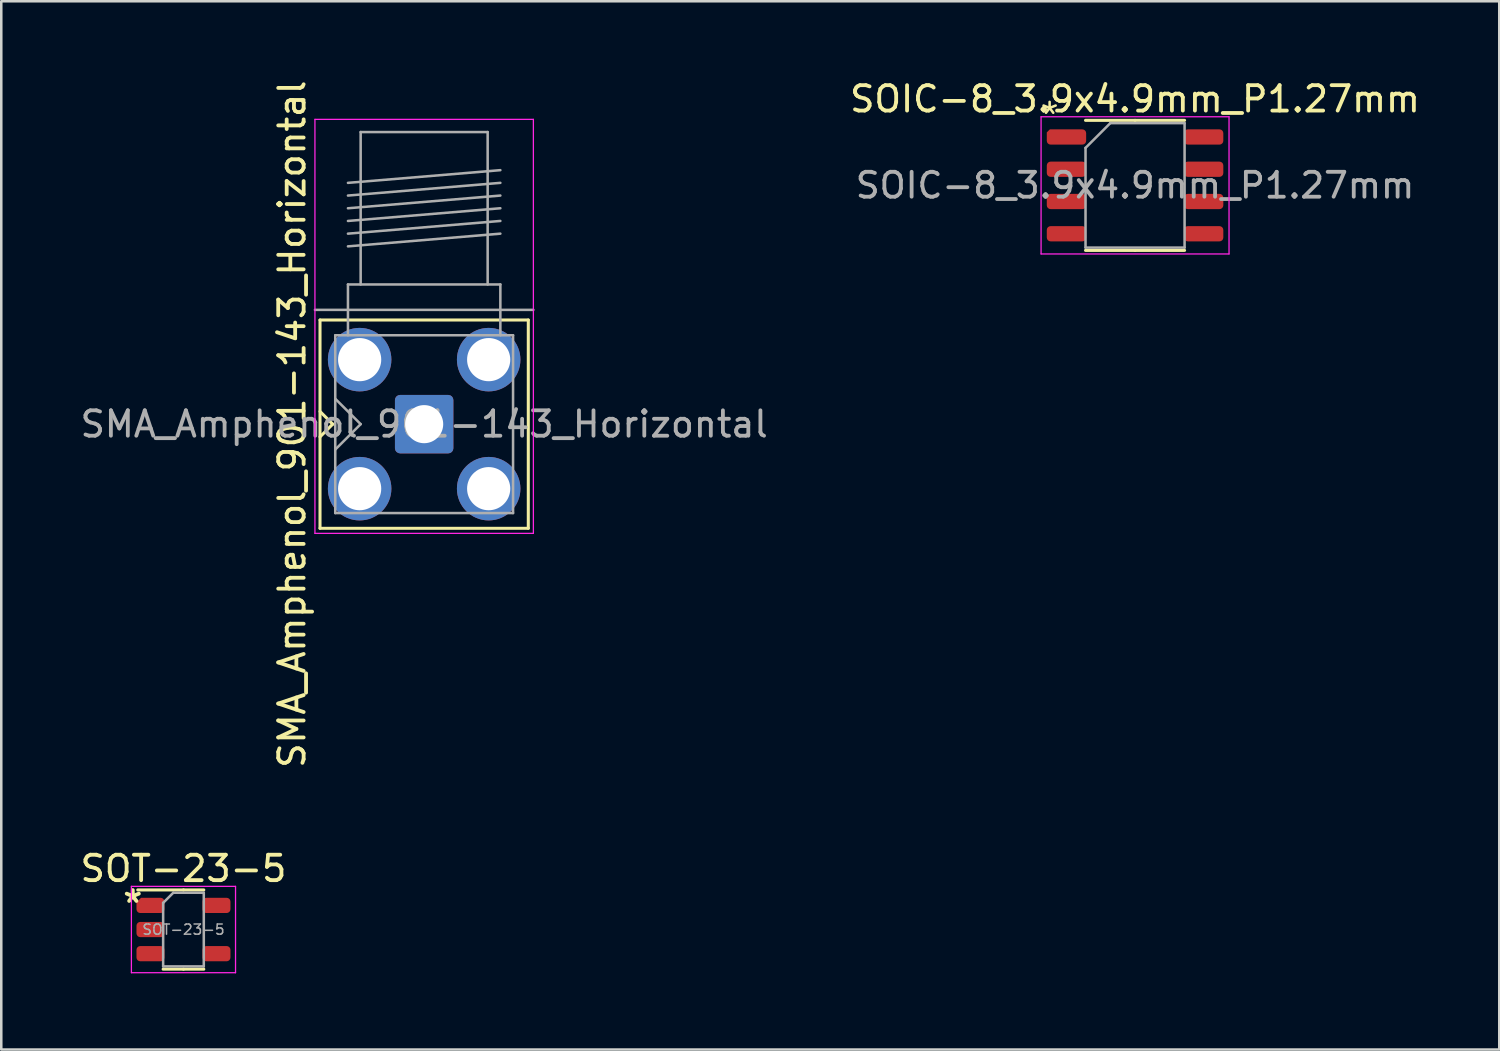
<source format=kicad_pcb>
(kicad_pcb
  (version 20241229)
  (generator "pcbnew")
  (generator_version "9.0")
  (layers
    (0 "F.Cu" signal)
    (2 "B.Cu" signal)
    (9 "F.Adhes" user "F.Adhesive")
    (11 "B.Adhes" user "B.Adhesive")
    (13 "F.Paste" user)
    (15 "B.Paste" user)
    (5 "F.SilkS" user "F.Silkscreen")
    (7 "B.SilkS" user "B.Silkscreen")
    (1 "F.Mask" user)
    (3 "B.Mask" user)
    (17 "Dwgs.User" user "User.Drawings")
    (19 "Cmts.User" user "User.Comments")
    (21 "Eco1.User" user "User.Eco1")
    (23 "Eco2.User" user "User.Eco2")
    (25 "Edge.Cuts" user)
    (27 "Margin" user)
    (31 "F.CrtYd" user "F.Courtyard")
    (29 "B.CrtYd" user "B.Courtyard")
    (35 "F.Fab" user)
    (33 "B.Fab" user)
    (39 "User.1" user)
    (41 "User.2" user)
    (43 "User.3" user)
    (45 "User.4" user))
  (footprint "SOIC-8_3.9x4.9mm_P1.27mm"
    (layer "F.Cu")
    (at 41.637 4.248)
    (property "Reference" "SOIC-8_3.9x4.9mm_P1.27mm" (at 0 -3.4 0) (layer "F.SilkS") (effects (font (size 1 1) (thickness 0.15))))
    (attr smd)
    (fp_line (start 0 -2.56) (end -1.95 -2.56) (stroke (width 0.12) (type solid)) (layer "F.SilkS"))
    (fp_line (start 0 -2.56) (end 1.95 -2.56) (stroke (width 0.12) (type solid)) (layer "F.SilkS"))
    (fp_line (start 0 2.56) (end -1.95 2.56) (stroke (width 0.12) (type solid)) (layer "F.SilkS"))
    (fp_line (start 0 2.56) (end 1.95 2.56) (stroke (width 0.12) (type solid)) (layer "F.SilkS"))
    (fp_line (start -3.7 -2.7) (end -3.7 2.7) (stroke (width 0.05) (type solid)) (layer "F.CrtYd"))
    (fp_line (start -3.7 2.7) (end 3.7 2.7) (stroke (width 0.05) (type solid)) (layer "F.CrtYd"))
    (fp_line (start 3.7 -2.7) (end -3.7 -2.7) (stroke (width 0.05) (type solid)) (layer "F.CrtYd"))
    (fp_line (start 3.7 2.7) (end 3.7 -2.7) (stroke (width 0.05) (type solid)) (layer "F.CrtYd"))
    (fp_line (start -1.95 -1.475) (end -0.975 -2.45) (stroke (width 0.1) (type solid)) (layer "F.Fab"))
    (fp_line (start -1.95 2.45) (end -1.95 -1.475) (stroke (width 0.1) (type solid)) (layer "F.Fab"))
    (fp_line (start -0.975 -2.45) (end 1.95 -2.45) (stroke (width 0.1) (type solid)) (layer "F.Fab"))
    (fp_line (start 1.95 -2.45) (end 1.95 2.45) (stroke (width 0.1) (type solid)) (layer "F.Fab"))
    (fp_line (start 1.95 2.45) (end -1.95 2.45) (stroke (width 0.1) (type solid)) (layer "F.Fab"))
    (fp_text user "*" (at -3.81 -2.159 0) (unlocked yes) (layer "F.SilkS") (effects (font (size 1 1) (thickness 0.1)) (justify left bottom)))
    (fp_text user "${REFERENCE}" (at 0 0 0) (layer "F.Fab") (effects (font (size 0.98 0.98) (thickness 0.15))))
    (pad "1" smd roundrect (at -2.7 -1.905) (size 1.55 0.6) (layers "F.Cu" "F.Mask" "F.Paste") (roundrect_rratio 0.25) (chamfer_ratio 0.2) (chamfer top_left))
    (pad "2" smd roundrect (at -2.7 -0.635) (size 1.55 0.6) (layers "F.Cu" "F.Mask" "F.Paste") (roundrect_rratio 0.25))
    (pad "3" smd roundrect (at -2.7 0.635) (size 1.55 0.6) (layers "F.Cu" "F.Mask" "F.Paste") (roundrect_rratio 0.25))
    (pad "4" smd roundrect (at -2.7 1.905) (size 1.55 0.6) (layers "F.Cu" "F.Mask" "F.Paste") (roundrect_rratio 0.25))
    (pad "5" smd roundrect (at 2.7 1.905) (size 1.55 0.6) (layers "F.Cu" "F.Mask" "F.Paste") (roundrect_rratio 0.25))
    (pad "6" smd roundrect (at 2.7 0.635) (size 1.55 0.6) (layers "F.Cu" "F.Mask" "F.Paste") (roundrect_rratio 0.25))
    (pad "7" smd roundrect (at 2.7 -0.635) (size 1.55 0.6) (layers "F.Cu" "F.Mask" "F.Paste") (roundrect_rratio 0.25))
    (pad "8" smd roundrect (at 2.7 -1.905) (size 1.55 0.6) (layers "F.Cu" "F.Mask" "F.Paste") (roundrect_rratio 0.25)))
  (footprint "SOT-23-5"
    (layer "F.Cu")
    (at 4.173 33.546)
    (property "Reference" "SOT-23-5" (at 0 -2.4 0) (layer "F.SilkS") (effects (font (size 1 1) (thickness 0.15))))
    (attr smd)
    (fp_line (start 0 -1.56) (end -1.8 -1.56) (stroke (width 0.12) (type solid)) (layer "F.SilkS"))
    (fp_line (start 0 -1.56) (end 0.8 -1.56) (stroke (width 0.12) (type solid)) (layer "F.SilkS"))
    (fp_line (start 0 1.56) (end -0.8 1.56) (stroke (width 0.12) (type solid)) (layer "F.SilkS"))
    (fp_line (start 0 1.56) (end 0.8 1.56) (stroke (width 0.12) (type solid)) (layer "F.SilkS"))
    (fp_line (start -2.05 -1.7) (end -2.05 1.7) (stroke (width 0.05) (type solid)) (layer "F.CrtYd"))
    (fp_line (start -2.05 1.7) (end 2.05 1.7) (stroke (width 0.05) (type solid)) (layer "F.CrtYd"))
    (fp_line (start 2.05 -1.7) (end -2.05 -1.7) (stroke (width 0.05) (type solid)) (layer "F.CrtYd"))
    (fp_line (start 2.05 1.7) (end 2.05 -1.7) (stroke (width 0.05) (type solid)) (layer "F.CrtYd"))
    (fp_line (start -0.8 -1.05) (end -0.4 -1.45) (stroke (width 0.1) (type solid)) (layer "F.Fab"))
    (fp_line (start -0.8 1.45) (end -0.8 -1.05) (stroke (width 0.1) (type solid)) (layer "F.Fab"))
    (fp_line (start -0.4 -1.45) (end 0.8 -1.45) (stroke (width 0.1) (type solid)) (layer "F.Fab"))
    (fp_line (start 0.8 -1.45) (end 0.8 1.45) (stroke (width 0.1) (type solid)) (layer "F.Fab"))
    (fp_line (start 0.8 1.45) (end -0.8 1.45) (stroke (width 0.1) (type solid)) (layer "F.Fab"))
    (fp_text user "*" (at -2.475 -0.425 0) (unlocked yes) (layer "F.SilkS") (effects (font (size 1 1) (thickness 0.15)) (justify left bottom)))
    (fp_text user "${REFERENCE}" (at 0 0 0) (layer "F.Fab") (effects (font (size 0.4 0.4) (thickness 0.06))))
    (pad "1" smd roundrect (at -1.3 -0.95) (size 1.1 0.6) (layers "F.Cu" "F.Mask" "F.Paste") (roundrect_rratio 0.25) (chamfer_ratio 0.3) (chamfer top_left))
    (pad "2" smd roundrect (at -1.3 0) (size 1.1 0.6) (layers "F.Cu" "F.Mask" "F.Paste") (roundrect_rratio 0.25))
    (pad "3" smd roundrect (at -1.3 0.95) (size 1.1 0.6) (layers "F.Cu" "F.Mask" "F.Paste") (roundrect_rratio 0.25))
    (pad "4" smd roundrect (at 1.3 0.95) (size 1.1 0.6) (layers "F.Cu" "F.Mask" "F.Paste") (roundrect_rratio 0.25))
    (pad "5" smd roundrect (at 1.3 -0.95) (size 1.1 0.6) (layers "F.Cu" "F.Mask" "F.Paste") (roundrect_rratio 0.25)))
  (footprint "SMA_Amphenol_901-143_Horizontal"
    (layer "F.Cu")
    (at 13.649 13.649)
    (property "Reference" "SMA_Amphenol_901-143_Horizontal" (at -5.2 0 90) (layer "F.SilkS") (effects (font (size 1 1) (thickness 0.15))))
    (attr through_hole)
    (fp_line (start -4.1 -4.1) (end -4.1 4.1) (stroke (width 0.12) (type solid)) (layer "F.SilkS"))
    (fp_line (start -4.1 -4.1) (end 4.1 -4.1) (stroke (width 0.12) (type solid)) (layer "F.SilkS"))
    (fp_line (start -4.1 0.5) (end -3.6 0) (stroke (width 0.12) (type solid)) (layer "F.SilkS"))
    (fp_line (start -4.1 4.1) (end 4.1 4.1) (stroke (width 0.12) (type solid)) (layer "F.SilkS"))
    (fp_line (start -3.6 0) (end -4.1 -0.5) (stroke (width 0.12) (type solid)) (layer "F.SilkS"))
    (fp_line (start 4.1 -4.1) (end 4.1 4.1) (stroke (width 0.12) (type solid)) (layer "F.SilkS"))
    (fp_line (start -4.3 -12) (end -4.3 4.3) (stroke (width 0.05) (type solid)) (layer "F.CrtYd"))
    (fp_line (start -4.3 -12) (end 4.3 -12) (stroke (width 0.05) (type solid)) (layer "F.CrtYd"))
    (fp_line (start 4.3 4.3) (end -4.3 4.3) (stroke (width 0.05) (type solid)) (layer "F.CrtYd"))
    (fp_line (start 4.3 4.3) (end 4.3 -12) (stroke (width 0.05) (type solid)) (layer "F.CrtYd"))
    (fp_line (start -3.5 -3.5) (end -3.5 3.5) (stroke (width 0.1) (type solid)) (layer "F.Fab"))
    (fp_line (start -3.5 -3.5) (end 3.5 -3.5) (stroke (width 0.1) (type solid)) (layer "F.Fab"))
    (fp_line (start -3.5 -1) (end -2.5 0) (stroke (width 0.1) (type solid)) (layer "F.Fab"))
    (fp_line (start -3.5 3.5) (end 3.5 3.5) (stroke (width 0.1) (type solid)) (layer "F.Fab"))
    (fp_line (start -3 -9.5) (end 3 -10) (stroke (width 0.1) (type solid)) (layer "F.Fab"))
    (fp_line (start -3 -9) (end 3 -9.5) (stroke (width 0.1) (type solid)) (layer "F.Fab"))
    (fp_line (start -3 -8.5) (end 3 -9) (stroke (width 0.1) (type solid)) (layer "F.Fab"))
    (fp_line (start -3 -8) (end 3 -8.5) (stroke (width 0.1) (type solid)) (layer "F.Fab"))
    (fp_line (start -3 -7.5) (end 3 -8) (stroke (width 0.1) (type solid)) (layer "F.Fab"))
    (fp_line (start -3 -7) (end 3 -7.5) (stroke (width 0.1) (type solid)) (layer "F.Fab"))
    (fp_line (start -3 -5.5) (end -3 -3.5) (stroke (width 0.1) (type solid)) (layer "F.Fab"))
    (fp_line (start -2.5 -11.5) (end -2.5 -5.5) (stroke (width 0.1) (type solid)) (layer "F.Fab"))
    (fp_line (start -2.5 -11.5) (end 2.5 -11.5) (stroke (width 0.1) (type solid)) (layer "F.Fab"))
    (fp_line (start -2.5 0) (end -3.5 1) (stroke (width 0.1) (type solid)) (layer "F.Fab"))
    (fp_line (start 2.5 -11.5) (end 2.5 -5.5) (stroke (width 0.1) (type solid)) (layer "F.Fab"))
    (fp_line (start 3 -5.5) (end -3 -5.5) (stroke (width 0.1) (type solid)) (layer "F.Fab"))
    (fp_line (start 3 -5.5) (end 3 -3.5) (stroke (width 0.1) (type solid)) (layer "F.Fab"))
    (fp_line (start 3.5 -3.5) (end 3.5 3.5) (stroke (width 0.1) (type solid)) (layer "F.Fab"))
    (fp_line (start 4.3 -4.5) (end -4.3 -4.5) (stroke (width 0.1) (type solid)) (layer "F.Fab"))
    (fp_text user "${REFERENCE}" (at 0 0 0) (layer "F.Fab") (effects (font (size 1 1) (thickness 0.15))))
    (pad "1" thru_hole roundrect (at 0 0) (size 2.3 2.3) (drill 1.5) (layers "*.Cu" "*.Mask") (remove_unused_layers yes) (keep_end_layers yes) (zone_layer_connections) (roundrect_rratio 0.087))
    (pad "2" thru_hole circle (at -2.54 -2.54) (size 2.5 2.5) (drill 1.7) (layers "*.Cu" "*.Mask") (remove_unused_layers yes) (keep_end_layers yes) (zone_layer_connections))
    (pad "2" thru_hole circle (at -2.54 2.54) (size 2.5 2.5) (drill 1.7) (layers "*.Cu" "*.Mask") (remove_unused_layers yes) (keep_end_layers yes) (zone_layer_connections))
    (pad "2" thru_hole circle (at 2.54 -2.54) (size 2.5 2.5) (drill 1.7) (layers "*.Cu" "*.Mask") (remove_unused_layers yes) (keep_end_layers yes) (zone_layer_connections))
    (pad "2" thru_hole circle (at 2.54 2.54) (size 2.5 2.5) (drill 1.7) (layers "*.Cu" "*.Mask") (remove_unused_layers yes) (keep_end_layers yes) (zone_layer_connections)))
  (gr_rect
    (start -3 -3)
    (end 55.976 38.271)
    (stroke (width 0.1) (type default))
    (fill no)
    (layer "Edge.Cuts")))
</source>
